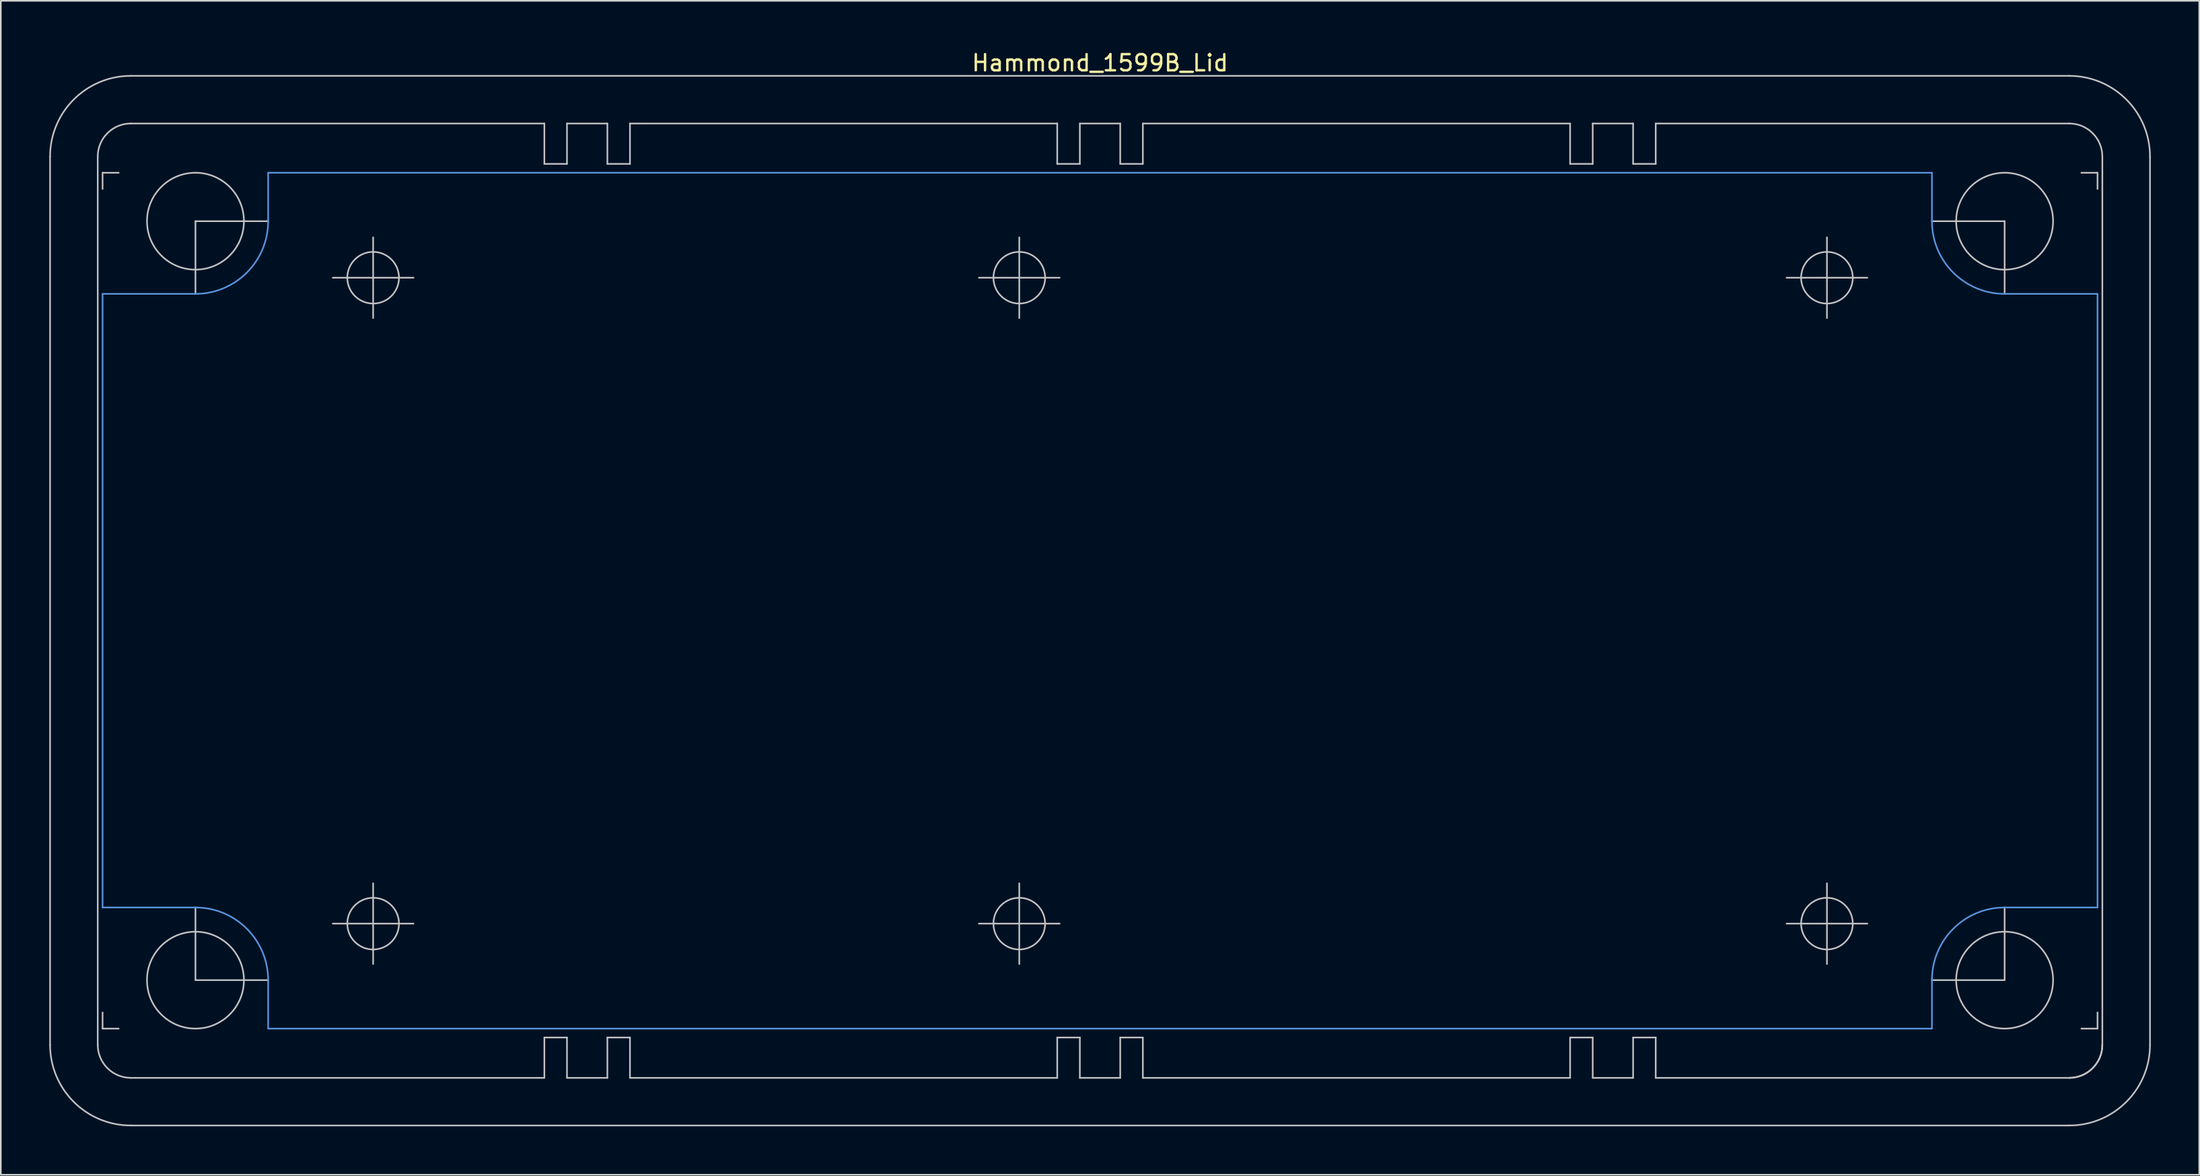
<source format=kicad_pcb>
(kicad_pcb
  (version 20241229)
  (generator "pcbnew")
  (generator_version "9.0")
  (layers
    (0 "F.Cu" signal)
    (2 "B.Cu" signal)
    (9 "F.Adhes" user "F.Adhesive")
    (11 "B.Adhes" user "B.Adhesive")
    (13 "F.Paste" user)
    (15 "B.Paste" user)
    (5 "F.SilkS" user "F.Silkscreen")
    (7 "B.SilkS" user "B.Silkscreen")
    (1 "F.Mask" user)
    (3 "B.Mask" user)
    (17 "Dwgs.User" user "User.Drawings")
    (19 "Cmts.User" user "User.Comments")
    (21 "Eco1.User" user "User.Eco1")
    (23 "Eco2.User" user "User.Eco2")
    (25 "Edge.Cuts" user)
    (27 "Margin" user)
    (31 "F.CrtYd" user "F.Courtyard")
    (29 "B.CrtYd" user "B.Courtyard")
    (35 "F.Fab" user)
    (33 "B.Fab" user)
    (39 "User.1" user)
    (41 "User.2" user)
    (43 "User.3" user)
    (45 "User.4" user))
  (footprint "Hammond_1599B_Lid"
    (layer "F.Cu")
    (at 65.05 34.148)
    (property "Reference" "Hammond_1599B_Lid" (at 0 -33.3 0) (layer "F.SilkS") (effects (font (size 1 1) (thickness 0.15))))
    (attr through_hole)
    (fp_line (start -65 27.5) (end -65 -27.5) (stroke (width 0.1) (type solid)) (layer "Dwgs.User"))
    (fp_line (start -62.05 -27.5) (end -62.05 27.5) (stroke (width 0.1) (type solid)) (layer "Dwgs.User"))
    (fp_line (start -61.75 -26.5) (end -61.75 -25.5) (stroke (width 0.1) (type solid)) (layer "Dwgs.User"))
    (fp_line (start -61.75 -26.5) (end -60.75 -26.5) (stroke (width 0.1) (type solid)) (layer "Dwgs.User"))
    (fp_line (start -61.75 26.5) (end -61.75 25.5) (stroke (width 0.1) (type solid)) (layer "Dwgs.User"))
    (fp_line (start -61.75 26.5) (end -60.75 26.5) (stroke (width 0.1) (type solid)) (layer "Dwgs.User"))
    (fp_line (start -60 -32.5) (end 60 -32.5) (stroke (width 0.1) (type solid)) (layer "Dwgs.User"))
    (fp_line (start -60 -29.55) (end -34.4 -29.55) (stroke (width 0.1) (type solid)) (layer "Dwgs.User"))
    (fp_line (start -56 -23.5) (end -56 -19) (stroke (width 0.1) (type solid)) (layer "Dwgs.User"))
    (fp_line (start -56 -23.5) (end -51.5 -23.5) (stroke (width 0.1) (type solid)) (layer "Dwgs.User"))
    (fp_line (start -56 23.5) (end -56 19) (stroke (width 0.1) (type solid)) (layer "Dwgs.User"))
    (fp_line (start -56 23.5) (end -51.5 23.5) (stroke (width 0.1) (type solid)) (layer "Dwgs.User"))
    (fp_line (start -47.5 -20) (end -42.5 -20) (stroke (width 0.1) (type solid)) (layer "Dwgs.User"))
    (fp_line (start -47.5 20) (end -42.5 20) (stroke (width 0.1) (type solid)) (layer "Dwgs.User"))
    (fp_line (start -45 -22.5) (end -45 -17.5) (stroke (width 0.1) (type solid)) (layer "Dwgs.User"))
    (fp_line (start -45 17.5) (end -45 22.5) (stroke (width 0.1) (type solid)) (layer "Dwgs.User"))
    (fp_line (start -34.4 -29.55) (end -34.4 -27.05) (stroke (width 0.1) (type solid)) (layer "Dwgs.User"))
    (fp_line (start -34.4 -27.05) (end -33 -27.05) (stroke (width 0.1) (type solid)) (layer "Dwgs.User"))
    (fp_line (start -34.4 29.55) (end -60 29.55) (stroke (width 0.1) (type solid)) (layer "Dwgs.User"))
    (fp_line (start -34.4 29.55) (end -34.4 27.05) (stroke (width 0.1) (type solid)) (layer "Dwgs.User"))
    (fp_line (start -33 -29.55) (end -33 -27.05) (stroke (width 0.1) (type solid)) (layer "Dwgs.User"))
    (fp_line (start -33 -29.55) (end -30.5 -29.55) (stroke (width 0.1) (type solid)) (layer "Dwgs.User"))
    (fp_line (start -33 27.05) (end -34.4 27.05) (stroke (width 0.1) (type solid)) (layer "Dwgs.User"))
    (fp_line (start -33 29.55) (end -33 27.05) (stroke (width 0.1) (type solid)) (layer "Dwgs.User"))
    (fp_line (start -30.5 -29.55) (end -30.5 -27.05) (stroke (width 0.1) (type solid)) (layer "Dwgs.User"))
    (fp_line (start -30.5 -27.05) (end -29.1 -27.05) (stroke (width 0.1) (type solid)) (layer "Dwgs.User"))
    (fp_line (start -30.5 29.55) (end -33 29.55) (stroke (width 0.1) (type solid)) (layer "Dwgs.User"))
    (fp_line (start -30.5 29.55) (end -30.5 27.05) (stroke (width 0.1) (type solid)) (layer "Dwgs.User"))
    (fp_line (start -29.1 -29.55) (end -29.1 -27.05) (stroke (width 0.1) (type solid)) (layer "Dwgs.User"))
    (fp_line (start -29.1 -29.55) (end -2.65 -29.55) (stroke (width 0.1) (type solid)) (layer "Dwgs.User"))
    (fp_line (start -29.1 27.05) (end -30.5 27.05) (stroke (width 0.1) (type solid)) (layer "Dwgs.User"))
    (fp_line (start -29.1 29.55) (end -29.1 27.05) (stroke (width 0.1) (type solid)) (layer "Dwgs.User"))
    (fp_line (start -7.5 -20) (end -2.5 -20) (stroke (width 0.1) (type solid)) (layer "Dwgs.User"))
    (fp_line (start -7.5 20) (end -2.5 20) (stroke (width 0.1) (type solid)) (layer "Dwgs.User"))
    (fp_line (start -5 -22.5) (end -5 -17.5) (stroke (width 0.1) (type solid)) (layer "Dwgs.User"))
    (fp_line (start -5 17.5) (end -5 22.5) (stroke (width 0.1) (type solid)) (layer "Dwgs.User"))
    (fp_line (start -2.65 -29.55) (end -2.65 -27.05) (stroke (width 0.1) (type solid)) (layer "Dwgs.User"))
    (fp_line (start -2.65 -27.05) (end -1.25 -27.05) (stroke (width 0.1) (type solid)) (layer "Dwgs.User"))
    (fp_line (start -2.65 29.55) (end -29.1 29.55) (stroke (width 0.1) (type solid)) (layer "Dwgs.User"))
    (fp_line (start -2.65 29.55) (end -2.65 27.05) (stroke (width 0.1) (type solid)) (layer "Dwgs.User"))
    (fp_line (start -1.25 -29.55) (end -1.25 -27.05) (stroke (width 0.1) (type solid)) (layer "Dwgs.User"))
    (fp_line (start -1.25 -29.55) (end 1.25 -29.55) (stroke (width 0.1) (type solid)) (layer "Dwgs.User"))
    (fp_line (start -1.25 27.05) (end -2.65 27.05) (stroke (width 0.1) (type solid)) (layer "Dwgs.User"))
    (fp_line (start -1.25 29.55) (end -1.25 27.05) (stroke (width 0.1) (type solid)) (layer "Dwgs.User"))
    (fp_line (start 1.25 -29.55) (end 1.25 -27.05) (stroke (width 0.1) (type solid)) (layer "Dwgs.User"))
    (fp_line (start 1.25 -27.05) (end 2.65 -27.05) (stroke (width 0.1) (type solid)) (layer "Dwgs.User"))
    (fp_line (start 1.25 29.55) (end -1.25 29.55) (stroke (width 0.1) (type solid)) (layer "Dwgs.User"))
    (fp_line (start 1.25 29.55) (end 1.25 27.05) (stroke (width 0.1) (type solid)) (layer "Dwgs.User"))
    (fp_line (start 2.65 -29.55) (end 2.65 -27.05) (stroke (width 0.1) (type solid)) (layer "Dwgs.User"))
    (fp_line (start 2.65 -29.55) (end 29.1 -29.55) (stroke (width 0.1) (type solid)) (layer "Dwgs.User"))
    (fp_line (start 2.65 27.05) (end 1.25 27.05) (stroke (width 0.1) (type solid)) (layer "Dwgs.User"))
    (fp_line (start 2.65 29.55) (end 2.65 27.05) (stroke (width 0.1) (type solid)) (layer "Dwgs.User"))
    (fp_line (start 29.1 -29.55) (end 29.1 -27.05) (stroke (width 0.1) (type solid)) (layer "Dwgs.User"))
    (fp_line (start 29.1 -27.05) (end 30.5 -27.05) (stroke (width 0.1) (type solid)) (layer "Dwgs.User"))
    (fp_line (start 29.1 29.55) (end 2.65 29.55) (stroke (width 0.1) (type solid)) (layer "Dwgs.User"))
    (fp_line (start 29.1 29.55) (end 29.1 27.05) (stroke (width 0.1) (type solid)) (layer "Dwgs.User"))
    (fp_line (start 30.5 -29.55) (end 30.5 -27.05) (stroke (width 0.1) (type solid)) (layer "Dwgs.User"))
    (fp_line (start 30.5 -29.55) (end 33 -29.55) (stroke (width 0.1) (type solid)) (layer "Dwgs.User"))
    (fp_line (start 30.5 27.05) (end 29.1 27.05) (stroke (width 0.1) (type solid)) (layer "Dwgs.User"))
    (fp_line (start 30.5 29.55) (end 30.5 27.05) (stroke (width 0.1) (type solid)) (layer "Dwgs.User"))
    (fp_line (start 33 -29.55) (end 33 -27.05) (stroke (width 0.1) (type solid)) (layer "Dwgs.User"))
    (fp_line (start 33 -27.05) (end 34.4 -27.05) (stroke (width 0.1) (type solid)) (layer "Dwgs.User"))
    (fp_line (start 33 29.55) (end 30.5 29.55) (stroke (width 0.1) (type solid)) (layer "Dwgs.User"))
    (fp_line (start 33 29.55) (end 33 27.05) (stroke (width 0.1) (type solid)) (layer "Dwgs.User"))
    (fp_line (start 34.4 -29.55) (end 34.4 -27.05) (stroke (width 0.1) (type solid)) (layer "Dwgs.User"))
    (fp_line (start 34.4 -29.55) (end 60 -29.55) (stroke (width 0.1) (type solid)) (layer "Dwgs.User"))
    (fp_line (start 34.4 27.05) (end 33 27.05) (stroke (width 0.1) (type solid)) (layer "Dwgs.User"))
    (fp_line (start 34.4 29.55) (end 34.4 27.05) (stroke (width 0.1) (type solid)) (layer "Dwgs.User"))
    (fp_line (start 42.5 -20) (end 47.5 -20) (stroke (width 0.1) (type solid)) (layer "Dwgs.User"))
    (fp_line (start 42.5 20) (end 47.5 20) (stroke (width 0.1) (type solid)) (layer "Dwgs.User"))
    (fp_line (start 45 -22.5) (end 45 -17.5) (stroke (width 0.1) (type solid)) (layer "Dwgs.User"))
    (fp_line (start 45 17.5) (end 45 22.5) (stroke (width 0.1) (type solid)) (layer "Dwgs.User"))
    (fp_line (start 56 -23.5) (end 51.5 -23.5) (stroke (width 0.1) (type solid)) (layer "Dwgs.User"))
    (fp_line (start 56 -23.5) (end 56 -19) (stroke (width 0.1) (type solid)) (layer "Dwgs.User"))
    (fp_line (start 56 23.5) (end 51.5 23.5) (stroke (width 0.1) (type solid)) (layer "Dwgs.User"))
    (fp_line (start 56 23.5) (end 56 19) (stroke (width 0.1) (type solid)) (layer "Dwgs.User"))
    (fp_line (start 60 29.55) (end 34.4 29.55) (stroke (width 0.1) (type solid)) (layer "Dwgs.User"))
    (fp_line (start 60 32.5) (end -60 32.5) (stroke (width 0.1) (type solid)) (layer "Dwgs.User"))
    (fp_line (start 61.75 -26.5) (end 60.75 -26.5) (stroke (width 0.1) (type solid)) (layer "Dwgs.User"))
    (fp_line (start 61.75 -26.5) (end 61.75 -25.5) (stroke (width 0.1) (type solid)) (layer "Dwgs.User"))
    (fp_line (start 61.75 26.5) (end 60.75 26.5) (stroke (width 0.1) (type solid)) (layer "Dwgs.User"))
    (fp_line (start 61.75 26.5) (end 61.75 25.5) (stroke (width 0.1) (type solid)) (layer "Dwgs.User"))
    (fp_line (start 62.05 27.5) (end 62.05 -27.5) (stroke (width 0.1) (type solid)) (layer "Dwgs.User"))
    (fp_line (start 65 -27.5) (end 65 27.5) (stroke (width 0.1) (type solid)) (layer "Dwgs.User"))
    (fp_arc (start -65 -27.5) (mid -63.535534 -31.035534) (end -60 -32.5) (stroke (width 0.1) (type solid)) (layer "Dwgs.User"))
    (fp_arc (start -62.05 -27.5) (mid -61.449569 -28.949569) (end -60 -29.55) (stroke (width 0.1) (type solid)) (layer "Dwgs.User"))
    (fp_arc (start -60 29.55) (mid -61.449569 28.949569) (end -62.05 27.5) (stroke (width 0.1) (type solid)) (layer "Dwgs.User"))
    (fp_arc (start -60 32.5) (mid -63.535534 31.035534) (end -65 27.5) (stroke (width 0.1) (type solid)) (layer "Dwgs.User"))
    (fp_arc (start 60 -32.5) (mid 63.535534 -31.035534) (end 65 -27.5) (stroke (width 0.1) (type solid)) (layer "Dwgs.User"))
    (fp_arc (start 60 -29.55) (mid 61.449569 -28.949569) (end 62.05 -27.5) (stroke (width 0.1) (type solid)) (layer "Dwgs.User"))
    (fp_arc (start 62.05 27.5) (mid 61.449569 28.949569) (end 60 29.55) (stroke (width 0.1) (type solid)) (layer "Dwgs.User"))
    (fp_arc (start 62.05 27.5) (mid 61.449569 28.949569) (end 60 29.55) (stroke (width 0.1) (type solid)) (layer "Dwgs.User"))
    (fp_arc (start 65 27.5) (mid 63.535534 31.035534) (end 60 32.5) (stroke (width 0.1) (type solid)) (layer "Dwgs.User"))
    (fp_circle (center -56 -23.5) (end -53 -23.5) (stroke (width 0.1) (type solid)) (fill no) (layer "Dwgs.User"))
    (fp_circle (center -56 23.5) (end -56 20.5) (stroke (width 0.1) (type solid)) (fill no) (layer "Dwgs.User"))
    (fp_circle (center -45 -20) (end -43.4 -20) (stroke (width 0.1) (type solid)) (fill no) (layer "Dwgs.User"))
    (fp_circle (center -45 20) (end -43.4 20) (stroke (width 0.1) (type solid)) (fill no) (layer "Dwgs.User"))
    (fp_circle (center -5 -20) (end -3.4 -20) (stroke (width 0.1) (type solid)) (fill no) (layer "Dwgs.User"))
    (fp_circle (center -5 20) (end -3.4 20) (stroke (width 0.1) (type solid)) (fill no) (layer "Dwgs.User"))
    (fp_circle (center 45 -20) (end 46.6 -20) (stroke (width 0.1) (type solid)) (fill no) (layer "Dwgs.User"))
    (fp_circle (center 45 20) (end 46.6 20) (stroke (width 0.1) (type solid)) (fill no) (layer "Dwgs.User"))
    (fp_circle (center 56 -23.5) (end 56 -20.5) (stroke (width 0.1) (type solid)) (fill no) (layer "Dwgs.User"))
    (fp_circle (center 56 23.5) (end 53 23.5) (stroke (width 0.1) (type solid)) (fill no) (layer "Dwgs.User"))
    (fp_line (start -61.75 -19) (end -56 -19) (stroke (width 0.1) (type solid)) (layer "Cmts.User"))
    (fp_line (start -61.75 19) (end -61.75 -19) (stroke (width 0.1) (type solid)) (layer "Cmts.User"))
    (fp_line (start -61.75 19) (end -56 19) (stroke (width 0.1) (type solid)) (layer "Cmts.User"))
    (fp_line (start -51.5 -26.5) (end -51.5 -23.5) (stroke (width 0.1) (type solid)) (layer "Cmts.User"))
    (fp_line (start -51.5 -26.5) (end 51.5 -26.5) (stroke (width 0.1) (type solid)) (layer "Cmts.User"))
    (fp_line (start -51.5 26.5) (end -51.5 23.5) (stroke (width 0.1) (type solid)) (layer "Cmts.User"))
    (fp_line (start 51.5 -26.5) (end 51.5 -23.5) (stroke (width 0.1) (type solid)) (layer "Cmts.User"))
    (fp_line (start 51.5 26.5) (end -51.5 26.5) (stroke (width 0.1) (type solid)) (layer "Cmts.User"))
    (fp_line (start 51.5 26.5) (end 51.5 23.5) (stroke (width 0.1) (type solid)) (layer "Cmts.User"))
    (fp_line (start 61.75 -19) (end 56 -19) (stroke (width 0.1) (type solid)) (layer "Cmts.User"))
    (fp_line (start 61.75 -19) (end 61.75 19) (stroke (width 0.1) (type solid)) (layer "Cmts.User"))
    (fp_line (start 61.75 19) (end 56 19) (stroke (width 0.1) (type solid)) (layer "Cmts.User"))
    (fp_arc (start -56 19) (mid -52.818019 20.318019) (end -51.5 23.5) (stroke (width 0.1) (type solid)) (layer "Cmts.User"))
    (fp_arc (start -51.5 -23.5) (mid -52.818019 -20.318019) (end -56 -19) (stroke (width 0.1) (type solid)) (layer "Cmts.User"))
    (fp_arc (start 51.5 23.5) (mid 52.818019 20.318019) (end 56 19) (stroke (width 0.1) (type solid)) (layer "Cmts.User"))
    (fp_arc (start 56 -19) (mid 52.818019 -20.318019) (end 51.5 -23.5) (stroke (width 0.1) (type solid)) (layer "Cmts.User")))
  (gr_rect
    (start -3 -3)
    (end 133.1 69.698)
    (stroke (width 0.1) (type default))
    (fill no)
    (layer "Edge.Cuts")))
</source>
